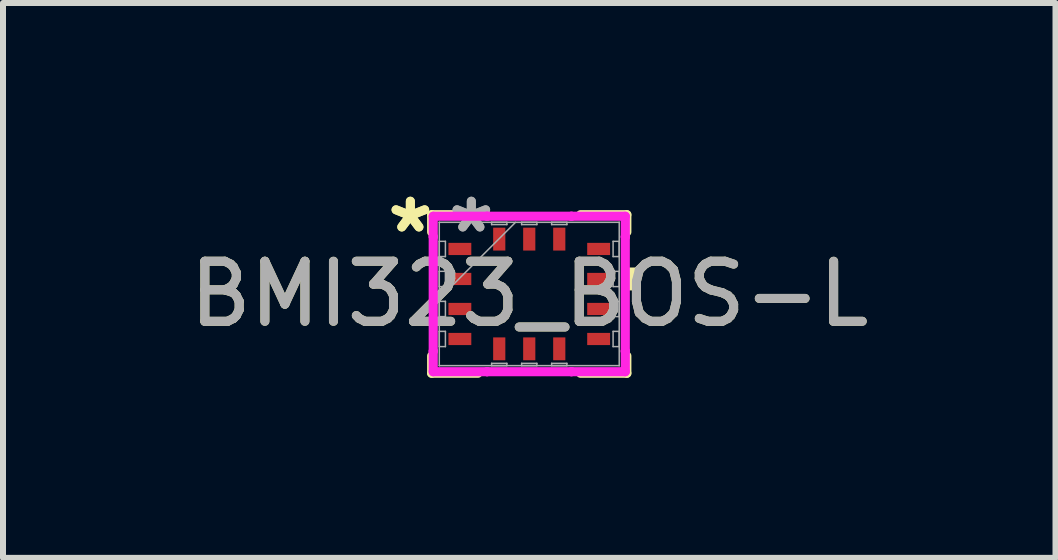
<source format=kicad_pcb>
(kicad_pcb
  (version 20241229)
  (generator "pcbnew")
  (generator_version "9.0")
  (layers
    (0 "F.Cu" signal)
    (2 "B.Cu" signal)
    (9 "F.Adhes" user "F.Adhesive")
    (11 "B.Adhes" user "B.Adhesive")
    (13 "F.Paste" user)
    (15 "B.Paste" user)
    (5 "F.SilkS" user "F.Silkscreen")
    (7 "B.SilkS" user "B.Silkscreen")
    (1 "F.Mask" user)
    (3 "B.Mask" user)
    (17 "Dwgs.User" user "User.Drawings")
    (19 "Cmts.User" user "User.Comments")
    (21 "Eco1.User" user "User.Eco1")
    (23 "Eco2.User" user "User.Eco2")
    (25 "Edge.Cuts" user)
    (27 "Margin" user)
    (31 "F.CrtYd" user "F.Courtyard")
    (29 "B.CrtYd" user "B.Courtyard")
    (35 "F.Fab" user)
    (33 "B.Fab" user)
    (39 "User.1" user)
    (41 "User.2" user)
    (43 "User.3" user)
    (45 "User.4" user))
  (footprint "BMI323_BOS-L"
    (layer "F.Cu")
    (at 5.768 1.848)
    (property "Reference" "BMI323_BOS-L" (at 0 0 0) (unlocked yes) (layer "F.SilkS") (effects (font (size 1 1) (thickness 0.15))))
    (attr smd)
    (fp_line (start -1.626 -1.321) (end -1.626 -1.032) (stroke (width 0.152) (type solid)) (layer "F.SilkS"))
    (fp_line (start -1.626 1.032) (end -1.626 1.321) (stroke (width 0.152) (type solid)) (layer "F.SilkS"))
    (fp_line (start -1.626 1.321) (end -0.855 1.321) (stroke (width 0.152) (type solid)) (layer "F.SilkS"))
    (fp_line (start -0.855 -1.321) (end -1.626 -1.321) (stroke (width 0.152) (type solid)) (layer "F.SilkS"))
    (fp_line (start 0.855 1.321) (end 1.626 1.321) (stroke (width 0.152) (type solid)) (layer "F.SilkS"))
    (fp_line (start 1.626 -1.321) (end 0.855 -1.321) (stroke (width 0.152) (type solid)) (layer "F.SilkS"))
    (fp_line (start 1.626 -1.032) (end 1.626 -1.321) (stroke (width 0.152) (type solid)) (layer "F.SilkS"))
    (fp_line (start 1.626 1.321) (end 1.626 1.032) (stroke (width 0.152) (type solid)) (layer "F.SilkS"))
    (fp_poly (pts (xy 1.854 -0.441) (xy 1.854 -0.059) (xy 1.6 -0.059) (xy 1.6 -0.441)) (stroke (width 0) (type solid)) (fill yes) (layer "F.SilkS"))
    (fp_line (start -1.6 -1.295) (end -0.703 -1.295) (stroke (width 0.152) (type solid)) (layer "F.CrtYd"))
    (fp_line (start -1.6 -0.953) (end -1.6 -1.295) (stroke (width 0.152) (type solid)) (layer "F.CrtYd"))
    (fp_line (start -1.6 -0.953) (end -1.6 -0.953) (stroke (width 0.152) (type solid)) (layer "F.CrtYd"))
    (fp_line (start -1.6 0.953) (end -1.6 -0.953) (stroke (width 0.152) (type solid)) (layer "F.CrtYd"))
    (fp_line (start -1.6 0.953) (end -1.6 0.953) (stroke (width 0.152) (type solid)) (layer "F.CrtYd"))
    (fp_line (start -1.6 1.295) (end -1.6 0.953) (stroke (width 0.152) (type solid)) (layer "F.CrtYd"))
    (fp_line (start -0.703 -1.295) (end -0.703 -1.295) (stroke (width 0.152) (type solid)) (layer "F.CrtYd"))
    (fp_line (start -0.703 -1.295) (end 0.703 -1.295) (stroke (width 0.152) (type solid)) (layer "F.CrtYd"))
    (fp_line (start -0.703 1.295) (end -1.6 1.295) (stroke (width 0.152) (type solid)) (layer "F.CrtYd"))
    (fp_line (start -0.703 1.295) (end -0.703 1.295) (stroke (width 0.152) (type solid)) (layer "F.CrtYd"))
    (fp_line (start 0.703 -1.295) (end 0.703 -1.295) (stroke (width 0.152) (type solid)) (layer "F.CrtYd"))
    (fp_line (start 0.703 -1.295) (end 1.6 -1.295) (stroke (width 0.152) (type solid)) (layer "F.CrtYd"))
    (fp_line (start 0.703 1.295) (end -0.703 1.295) (stroke (width 0.152) (type solid)) (layer "F.CrtYd"))
    (fp_line (start 0.703 1.295) (end 0.703 1.295) (stroke (width 0.152) (type solid)) (layer "F.CrtYd"))
    (fp_line (start 1.6 -1.295) (end 1.6 -0.953) (stroke (width 0.152) (type solid)) (layer "F.CrtYd"))
    (fp_line (start 1.6 -0.953) (end 1.6 -0.953) (stroke (width 0.152) (type solid)) (layer "F.CrtYd"))
    (fp_line (start 1.6 -0.953) (end 1.6 0.953) (stroke (width 0.152) (type solid)) (layer "F.CrtYd"))
    (fp_line (start 1.6 0.953) (end 1.6 0.953) (stroke (width 0.152) (type solid)) (layer "F.CrtYd"))
    (fp_line (start 1.6 0.953) (end 1.6 1.295) (stroke (width 0.152) (type solid)) (layer "F.CrtYd"))
    (fp_line (start 1.6 1.295) (end 0.703 1.295) (stroke (width 0.152) (type solid)) (layer "F.CrtYd"))
    (fp_line (start -1.499 -1.194) (end -1.499 -1.194) (stroke (width 0.025) (type solid)) (layer "F.Fab"))
    (fp_line (start -1.499 -1.194) (end -1.499 1.194) (stroke (width 0.025) (type solid)) (layer "F.Fab"))
    (fp_line (start -1.499 -0.877) (end -1.397 -0.877) (stroke (width 0.025) (type solid)) (layer "F.Fab"))
    (fp_line (start -1.499 -0.623) (end -1.499 -0.877) (stroke (width 0.025) (type solid)) (layer "F.Fab"))
    (fp_line (start -1.499 -0.377) (end -1.397 -0.377) (stroke (width 0.025) (type solid)) (layer "F.Fab"))
    (fp_line (start -1.499 -0.123) (end -1.499 -0.377) (stroke (width 0.025) (type solid)) (layer "F.Fab"))
    (fp_line (start -1.499 0.076) (end -0.229 -1.194) (stroke (width 0.025) (type solid)) (layer "F.Fab"))
    (fp_line (start -1.499 0.123) (end -1.397 0.123) (stroke (width 0.025) (type solid)) (layer "F.Fab"))
    (fp_line (start -1.499 0.377) (end -1.499 0.123) (stroke (width 0.025) (type solid)) (layer "F.Fab"))
    (fp_line (start -1.499 0.623) (end -1.397 0.623) (stroke (width 0.025) (type solid)) (layer "F.Fab"))
    (fp_line (start -1.499 0.877) (end -1.499 0.623) (stroke (width 0.025) (type solid)) (layer "F.Fab"))
    (fp_line (start -1.499 1.194) (end -1.499 1.194) (stroke (width 0.025) (type solid)) (layer "F.Fab"))
    (fp_line (start -1.499 1.194) (end 1.499 1.194) (stroke (width 0.025) (type solid)) (layer "F.Fab"))
    (fp_line (start -1.397 -0.877) (end -1.397 -0.623) (stroke (width 0.025) (type solid)) (layer "F.Fab"))
    (fp_line (start -1.397 -0.623) (end -1.499 -0.623) (stroke (width 0.025) (type solid)) (layer "F.Fab"))
    (fp_line (start -1.397 -0.377) (end -1.397 -0.123) (stroke (width 0.025) (type solid)) (layer "F.Fab"))
    (fp_line (start -1.397 -0.123) (end -1.499 -0.123) (stroke (width 0.025) (type solid)) (layer "F.Fab"))
    (fp_line (start -1.397 0.123) (end -1.397 0.377) (stroke (width 0.025) (type solid)) (layer "F.Fab"))
    (fp_line (start -1.397 0.377) (end -1.499 0.377) (stroke (width 0.025) (type solid)) (layer "F.Fab"))
    (fp_line (start -1.397 0.623) (end -1.397 0.877) (stroke (width 0.025) (type solid)) (layer "F.Fab"))
    (fp_line (start -1.397 0.877) (end -1.499 0.877) (stroke (width 0.025) (type solid)) (layer "F.Fab"))
    (fp_line (start -0.627 -1.194) (end -0.373 -1.194) (stroke (width 0.025) (type solid)) (layer "F.Fab"))
    (fp_line (start -0.627 -1.156) (end -0.627 -1.194) (stroke (width 0.025) (type solid)) (layer "F.Fab"))
    (fp_line (start -0.627 1.156) (end -0.373 1.156) (stroke (width 0.025) (type solid)) (layer "F.Fab"))
    (fp_line (start -0.627 1.194) (end -0.627 1.156) (stroke (width 0.025) (type solid)) (layer "F.Fab"))
    (fp_line (start -0.373 -1.194) (end -0.373 -1.156) (stroke (width 0.025) (type solid)) (layer "F.Fab"))
    (fp_line (start -0.373 -1.156) (end -0.627 -1.156) (stroke (width 0.025) (type solid)) (layer "F.Fab"))
    (fp_line (start -0.373 1.156) (end -0.373 1.194) (stroke (width 0.025) (type solid)) (layer "F.Fab"))
    (fp_line (start -0.373 1.194) (end -0.627 1.194) (stroke (width 0.025) (type solid)) (layer "F.Fab"))
    (fp_line (start -0.127 -1.194) (end 0.127 -1.194) (stroke (width 0.025) (type solid)) (layer "F.Fab"))
    (fp_line (start -0.127 -1.156) (end -0.127 -1.194) (stroke (width 0.025) (type solid)) (layer "F.Fab"))
    (fp_line (start -0.127 1.156) (end 0.127 1.156) (stroke (width 0.025) (type solid)) (layer "F.Fab"))
    (fp_line (start -0.127 1.194) (end -0.127 1.156) (stroke (width 0.025) (type solid)) (layer "F.Fab"))
    (fp_line (start 0.127 -1.194) (end 0.127 -1.156) (stroke (width 0.025) (type solid)) (layer "F.Fab"))
    (fp_line (start 0.127 -1.156) (end -0.127 -1.156) (stroke (width 0.025) (type solid)) (layer "F.Fab"))
    (fp_line (start 0.127 1.156) (end 0.127 1.194) (stroke (width 0.025) (type solid)) (layer "F.Fab"))
    (fp_line (start 0.127 1.194) (end -0.127 1.194) (stroke (width 0.025) (type solid)) (layer "F.Fab"))
    (fp_line (start 0.373 -1.194) (end 0.627 -1.194) (stroke (width 0.025) (type solid)) (layer "F.Fab"))
    (fp_line (start 0.373 -1.156) (end 0.373 -1.194) (stroke (width 0.025) (type solid)) (layer "F.Fab"))
    (fp_line (start 0.373 1.156) (end 0.627 1.156) (stroke (width 0.025) (type solid)) (layer "F.Fab"))
    (fp_line (start 0.373 1.194) (end 0.373 1.156) (stroke (width 0.025) (type solid)) (layer "F.Fab"))
    (fp_line (start 0.627 -1.194) (end 0.627 -1.156) (stroke (width 0.025) (type solid)) (layer "F.Fab"))
    (fp_line (start 0.627 -1.156) (end 0.373 -1.156) (stroke (width 0.025) (type solid)) (layer "F.Fab"))
    (fp_line (start 0.627 1.156) (end 0.627 1.194) (stroke (width 0.025) (type solid)) (layer "F.Fab"))
    (fp_line (start 0.627 1.194) (end 0.373 1.194) (stroke (width 0.025) (type solid)) (layer "F.Fab"))
    (fp_line (start 1.397 -0.877) (end 1.499 -0.877) (stroke (width 0.025) (type solid)) (layer "F.Fab"))
    (fp_line (start 1.397 -0.623) (end 1.397 -0.877) (stroke (width 0.025) (type solid)) (layer "F.Fab"))
    (fp_line (start 1.397 -0.377) (end 1.499 -0.377) (stroke (width 0.025) (type solid)) (layer "F.Fab"))
    (fp_line (start 1.397 -0.123) (end 1.397 -0.377) (stroke (width 0.025) (type solid)) (layer "F.Fab"))
    (fp_line (start 1.397 0.123) (end 1.499 0.123) (stroke (width 0.025) (type solid)) (layer "F.Fab"))
    (fp_line (start 1.397 0.377) (end 1.397 0.123) (stroke (width 0.025) (type solid)) (layer "F.Fab"))
    (fp_line (start 1.397 0.623) (end 1.499 0.623) (stroke (width 0.025) (type solid)) (layer "F.Fab"))
    (fp_line (start 1.397 0.877) (end 1.397 0.623) (stroke (width 0.025) (type solid)) (layer "F.Fab"))
    (fp_line (start 1.499 -1.194) (end -1.499 -1.194) (stroke (width 0.025) (type solid)) (layer "F.Fab"))
    (fp_line (start 1.499 -1.194) (end 1.499 -1.194) (stroke (width 0.025) (type solid)) (layer "F.Fab"))
    (fp_line (start 1.499 -0.877) (end 1.499 -0.623) (stroke (width 0.025) (type solid)) (layer "F.Fab"))
    (fp_line (start 1.499 -0.623) (end 1.397 -0.623) (stroke (width 0.025) (type solid)) (layer "F.Fab"))
    (fp_line (start 1.499 -0.377) (end 1.499 -0.123) (stroke (width 0.025) (type solid)) (layer "F.Fab"))
    (fp_line (start 1.499 -0.123) (end 1.397 -0.123) (stroke (width 0.025) (type solid)) (layer "F.Fab"))
    (fp_line (start 1.499 0.123) (end 1.499 0.377) (stroke (width 0.025) (type solid)) (layer "F.Fab"))
    (fp_line (start 1.499 0.377) (end 1.397 0.377) (stroke (width 0.025) (type solid)) (layer "F.Fab"))
    (fp_line (start 1.499 0.623) (end 1.499 0.877) (stroke (width 0.025) (type solid)) (layer "F.Fab"))
    (fp_line (start 1.499 0.877) (end 1.397 0.877) (stroke (width 0.025) (type solid)) (layer "F.Fab"))
    (fp_line (start 1.499 1.194) (end 1.499 -1.194) (stroke (width 0.025) (type solid)) (layer "F.Fab"))
    (fp_line (start 1.499 1.194) (end 1.499 1.194) (stroke (width 0.025) (type solid)) (layer "F.Fab"))
    (fp_text user "*" (at -1.981 -1 0) (unlocked yes) (layer "F.SilkS") (effects (font (size 1 1) (thickness 0.15))))
    (fp_text user "*" (at -1.981 -1 0) (layer "F.SilkS") (effects (font (size 1 1) (thickness 0.15))))
    (fp_text user "*" (at -0.965 -1 0) (layer "F.Fab") (effects (font (size 1 1) (thickness 0.15))))
    (fp_text user "${REFERENCE}" (at 0 0 0) (unlocked yes) (layer "F.Fab") (effects (font (size 1 1) (thickness 0.15))))
    (fp_text user "*" (at -0.965 -1 0) (unlocked yes) (layer "F.Fab") (effects (font (size 1 1) (thickness 0.15))))
    (pad "1" smd rect (at -1.156 -0.75 90) (size 0.203 0.381) (layers "F.Cu" "F.Mask" "F.Paste"))
    (pad "2" smd rect (at -1.156 -0.25 90) (size 0.203 0.381) (layers "F.Cu" "F.Mask" "F.Paste"))
    (pad "3" smd rect (at -1.156 0.25 90) (size 0.203 0.381) (layers "F.Cu" "F.Mask" "F.Paste"))
    (pad "4" smd rect (at -1.156 0.75 90) (size 0.203 0.381) (layers "F.Cu" "F.Mask" "F.Paste"))
    (pad "5" smd rect (at -0.5 0.914) (size 0.203 0.381) (layers "F.Cu" "F.Mask" "F.Paste"))
    (pad "6" smd rect (at 0 0.914) (size 0.203 0.381) (layers "F.Cu" "F.Mask" "F.Paste"))
    (pad "7" smd rect (at 0.5 0.914) (size 0.203 0.381) (layers "F.Cu" "F.Mask" "F.Paste"))
    (pad "8" smd rect (at 1.156 0.75 90) (size 0.203 0.381) (layers "F.Cu" "F.Mask" "F.Paste"))
    (pad "9" smd rect (at 1.156 0.25 90) (size 0.203 0.381) (layers "F.Cu" "F.Mask" "F.Paste"))
    (pad "10" smd rect (at 1.156 -0.25 90) (size 0.203 0.381) (layers "F.Cu" "F.Mask" "F.Paste"))
    (pad "11" smd rect (at 1.156 -0.75 90) (size 0.203 0.381) (layers "F.Cu" "F.Mask" "F.Paste"))
    (pad "12" smd rect (at 0.5 -0.914) (size 0.203 0.381) (layers "F.Cu" "F.Mask" "F.Paste"))
    (pad "13" smd rect (at 0 -0.914) (size 0.203 0.381) (layers "F.Cu" "F.Mask" "F.Paste"))
    (pad "14" smd rect (at -0.5 -0.914) (size 0.203 0.381) (layers "F.Cu" "F.Mask" "F.Paste")))
  (gr_rect
    (start -3 -3)
    (end 14.536 6.245)
    (stroke (width 0.1) (type default))
    (fill no)
    (layer "Edge.Cuts")))
</source>
